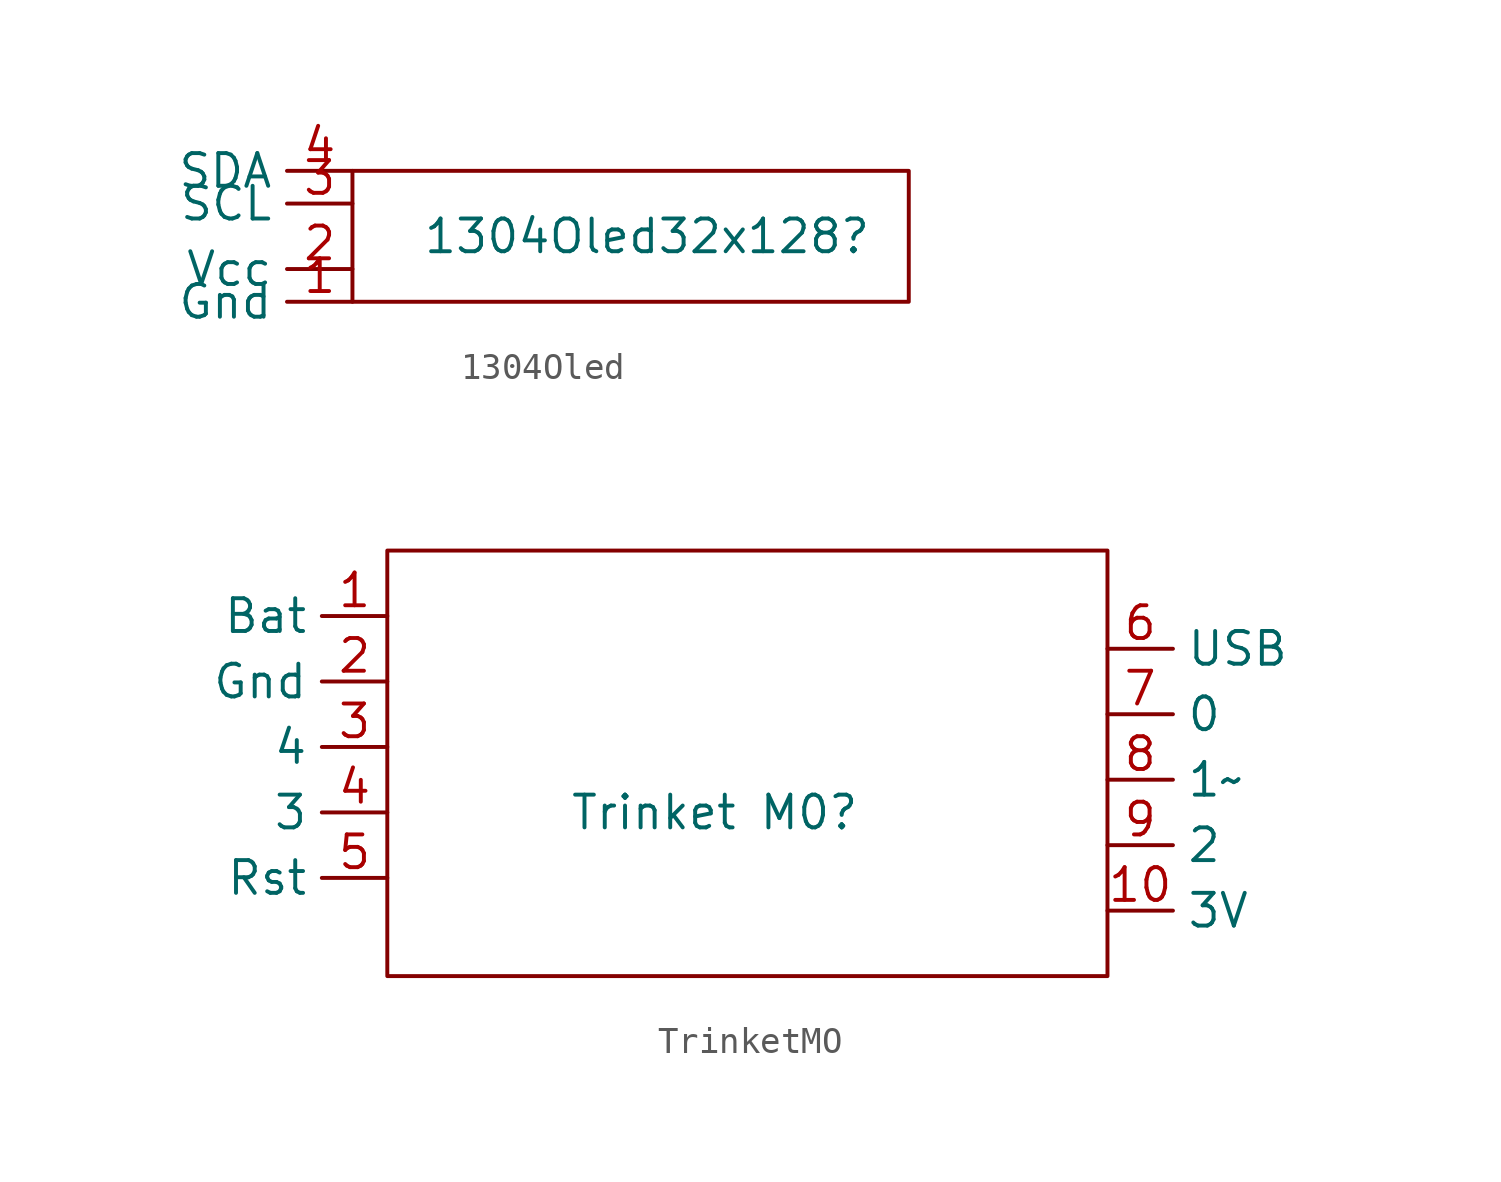
<source format=kicad_sym>
(kicad_symbol_lib
  (version 20241209)
  (generator "kicad_symbol_editor")
  (generator_version "9.0")
  (symbol "1304Oled"
    (property "Reference" "1304Oled32x128"
      (at 0 0 0)
      (effects (font (size 1.27 1.27))))
    (property "Value" ""
      (at 0 0 0)
      (effects (font (size 1.27 1.27))))
    (symbol "1304Oled_0_1"
      (rectangle (start -11.43 2.54) (end 10.16 -2.54) (stroke (width 0) (type default)) (fill (type none))))
    (symbol "1304Oled_1_1"
      (pin input line (at -11.43 2.54 180) (length 2.54) (name "SDA" (effects (font (size 1.27 1.27)))) (number "4" (effects (font (size 1.27 1.27)))))
      (pin input line (at -11.43 1.27 180) (length 2.54) (name "SCL" (effects (font (size 1.27 1.27)))) (number "3" (effects (font (size 1.27 1.27)))))
      (pin input line (at -11.43 -1.27 180) (length 2.54) (name "Vcc" (effects (font (size 1.27 1.27)))) (number "2" (effects (font (size 1.27 1.27)))))
      (pin input line (at -11.43 -2.54 180) (length 2.54) (name "Gnd" (effects (font (size 1.27 1.27)))) (number "1" (effects (font (size 1.27 1.27)))))))
  (symbol "TrinketMO"
    (property "Reference" "Trinket M0"
      (at 0 0 0)
      (effects (font (size 1.27 1.27))))
    (property "Value" ""
      (at 0 0 0)
      (effects (font (size 1.27 1.27))))
    (symbol "TrinketMO_0_1"
      (rectangle (start -12.7 10.16) (end 15.24 -6.35) (stroke (width 0) (type default)) (fill (type none))))
    (symbol "TrinketMO_1_1"
      (pin bidirectional line (at -12.7 7.62 180) (length 2.54) (name "Bat" (effects (font (size 1.27 1.27)))) (number "1" (effects (font (size 1.27 1.27)))))
      (pin input line (at -12.7 5.08 180) (length 2.54) (name "Gnd" (effects (font (size 1.27 1.27)))) (number "2" (effects (font (size 1.27 1.27)))))
      (pin input line (at -12.7 2.54 180) (length 2.54) (name "4" (effects (font (size 1.27 1.27)))) (number "3" (effects (font (size 1.27 1.27)))))
      (pin input line (at -12.7 0 180) (length 2.54) (name "3" (effects (font (size 1.27 1.27)))) (number "4" (effects (font (size 1.27 1.27)))))
      (pin input line (at -12.7 -2.54 180) (length 2.54) (name "Rst" (effects (font (size 1.27 1.27)))) (number "5" (effects (font (size 1.27 1.27)))))
      (pin input line (at 15.24 6.35 0) (length 2.54) (name "USB" (effects (font (size 1.27 1.27)))) (number "6" (effects (font (size 1.27 1.27)))))
      (pin input line (at 15.24 3.81 0) (length 2.54) (name "0" (effects (font (size 1.27 1.27)))) (number "7" (effects (font (size 1.27 1.27)))))
      (pin input line (at 15.24 1.27 0) (length 2.54) (name "1~" (effects (font (size 1.27 1.27)))) (number "8" (effects (font (size 1.27 1.27)))))
      (pin input line (at 15.24 -1.27 0) (length 2.54) (name "2" (effects (font (size 1.27 1.27)))) (number "9" (effects (font (size 1.27 1.27)))))
      (pin output line (at 15.24 -3.81 0) (length 2.54) (name "3V" (effects (font (size 1.27 1.27)))) (number "10" (effects (font (size 1.27 1.27))))))))
</source>
